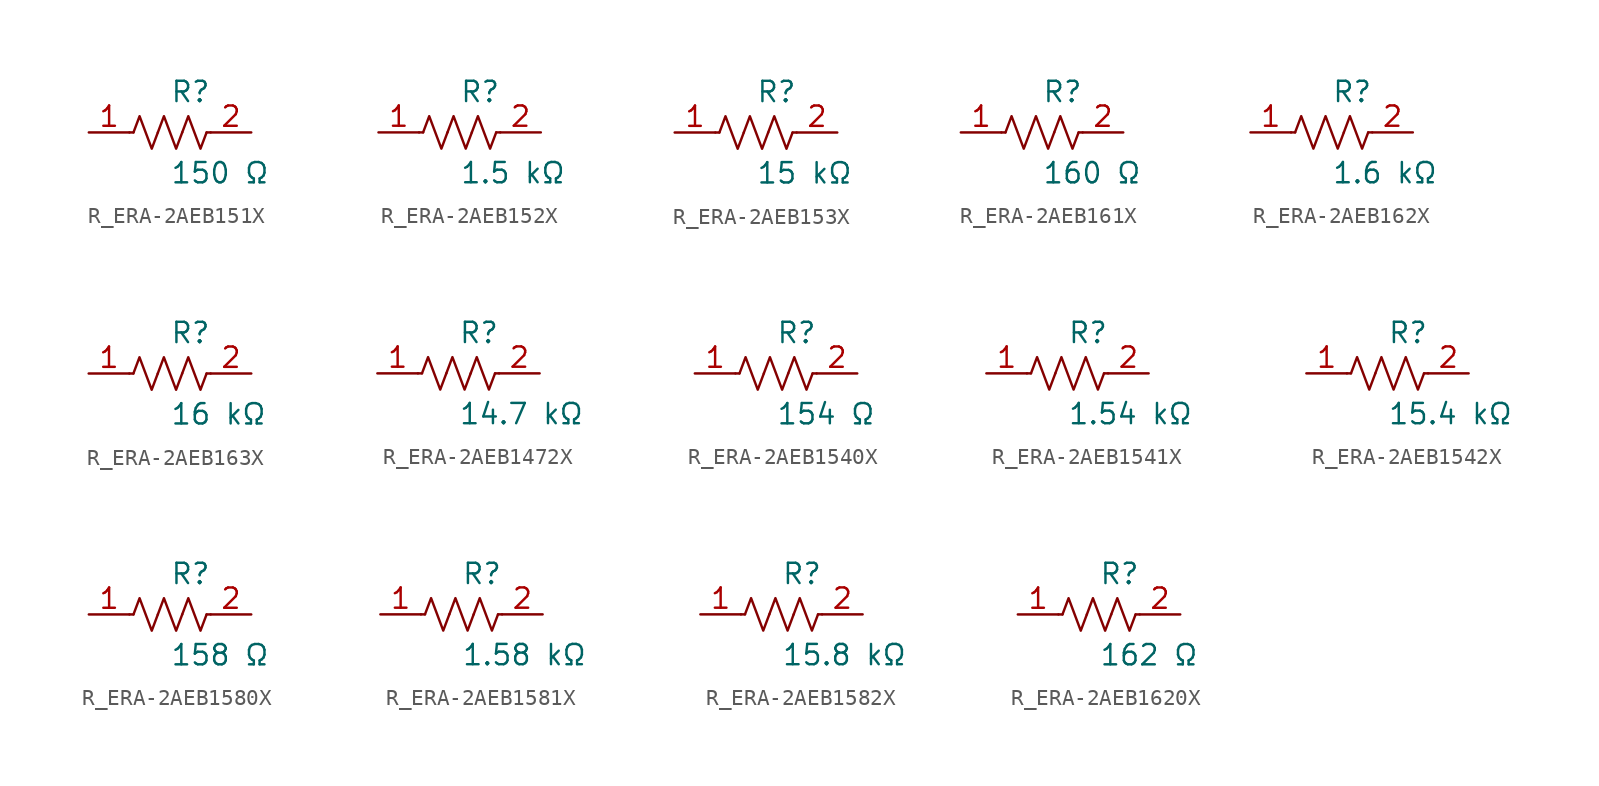
<source format=kicad_sym>
(kicad_symbol_lib
  (version 20231120)
  (generator kicad_symbol_editor)
  (generator_version 8.0)
  (symbol "R_ERA-2AEB151X"
    (pin_names
      (offset 0.254))
    (property "Reference" "R"
      (at 0.0 2.54 0)
      (effects (font (size 1.27 1.27)) (justify left)))
    (property "Value" "150 Ω"
      (at 0.0 -2.54 0)
      (effects (font (size 1.27 1.27)) (justify left)))
    (symbol "R_ERA-2AEB151X_0_1"
      (polyline (pts (xy 2.286 0) (xy 2.54 0)) (stroke (width 0) (type default)) (fill (type none)))
      (polyline (pts (xy -2.286 0) (xy -2.54 0)) (stroke (width 0) (type default)) (fill (type none)))
      (polyline (pts (xy 0.762 0) (xy 1.143 1.016) (xy 1.524 0) (xy 1.905 -1.016) (xy 2.286 0)) (stroke (width 0) (type default)) (fill (type none)))
      (polyline (pts (xy -0.762 0) (xy -0.381 1.016) (xy 0 0) (xy 0.381 -1.016) (xy 0.762 0)) (stroke (width 0) (type default)) (fill (type none)))
      (polyline (pts (xy -2.286 0) (xy -1.905 1.016) (xy -1.524 0) (xy -1.143 -1.016) (xy -0.762 0)) (stroke (width 0) (type default)) (fill (type none))))
    (pin unspecified line
      (at -5.08 0 0)
      (length 2.54)
      (name "" (effects (font (size 1.27 1.27))))
      (number "1" (effects (font (size 1.27 1.27)))))
    (pin unspecified line
      (at 5.08 0 180)
      (length 2.54)
      (name "" (effects (font (size 1.27 1.27))))
      (number "2" (effects (font (size 1.27 1.27))))))
  (symbol "R_ERA-2AEB152X"
    (pin_names
      (offset 0.254))
    (property "Reference" "R"
      (at 0.0 2.54 0)
      (effects (font (size 1.27 1.27)) (justify left)))
    (property "Value" "1.5 kΩ"
      (at 0.0 -2.54 0)
      (effects (font (size 1.27 1.27)) (justify left)))
    (symbol "R_ERA-2AEB152X_0_1"
      (polyline (pts (xy 2.286 0) (xy 2.54 0)) (stroke (width 0) (type default)) (fill (type none)))
      (polyline (pts (xy -2.286 0) (xy -2.54 0)) (stroke (width 0) (type default)) (fill (type none)))
      (polyline (pts (xy 0.762 0) (xy 1.143 1.016) (xy 1.524 0) (xy 1.905 -1.016) (xy 2.286 0)) (stroke (width 0) (type default)) (fill (type none)))
      (polyline (pts (xy -0.762 0) (xy -0.381 1.016) (xy 0 0) (xy 0.381 -1.016) (xy 0.762 0)) (stroke (width 0) (type default)) (fill (type none)))
      (polyline (pts (xy -2.286 0) (xy -1.905 1.016) (xy -1.524 0) (xy -1.143 -1.016) (xy -0.762 0)) (stroke (width 0) (type default)) (fill (type none))))
    (pin unspecified line
      (at -5.08 0 0)
      (length 2.54)
      (name "" (effects (font (size 1.27 1.27))))
      (number "1" (effects (font (size 1.27 1.27)))))
    (pin unspecified line
      (at 5.08 0 180)
      (length 2.54)
      (name "" (effects (font (size 1.27 1.27))))
      (number "2" (effects (font (size 1.27 1.27))))))
  (symbol "R_ERA-2AEB153X"
    (pin_names
      (offset 0.254))
    (property "Reference" "R"
      (at 0.0 2.54 0)
      (effects (font (size 1.27 1.27)) (justify left)))
    (property "Value" "15 kΩ"
      (at 0.0 -2.54 0)
      (effects (font (size 1.27 1.27)) (justify left)))
    (symbol "R_ERA-2AEB153X_0_1"
      (polyline (pts (xy 2.286 0) (xy 2.54 0)) (stroke (width 0) (type default)) (fill (type none)))
      (polyline (pts (xy -2.286 0) (xy -2.54 0)) (stroke (width 0) (type default)) (fill (type none)))
      (polyline (pts (xy 0.762 0) (xy 1.143 1.016) (xy 1.524 0) (xy 1.905 -1.016) (xy 2.286 0)) (stroke (width 0) (type default)) (fill (type none)))
      (polyline (pts (xy -0.762 0) (xy -0.381 1.016) (xy 0 0) (xy 0.381 -1.016) (xy 0.762 0)) (stroke (width 0) (type default)) (fill (type none)))
      (polyline (pts (xy -2.286 0) (xy -1.905 1.016) (xy -1.524 0) (xy -1.143 -1.016) (xy -0.762 0)) (stroke (width 0) (type default)) (fill (type none))))
    (pin unspecified line
      (at -5.08 0 0)
      (length 2.54)
      (name "" (effects (font (size 1.27 1.27))))
      (number "1" (effects (font (size 1.27 1.27)))))
    (pin unspecified line
      (at 5.08 0 180)
      (length 2.54)
      (name "" (effects (font (size 1.27 1.27))))
      (number "2" (effects (font (size 1.27 1.27))))))
  (symbol "R_ERA-2AEB161X"
    (pin_names
      (offset 0.254))
    (property "Reference" "R"
      (at 0.0 2.54 0)
      (effects (font (size 1.27 1.27)) (justify left)))
    (property "Value" "160 Ω"
      (at 0.0 -2.54 0)
      (effects (font (size 1.27 1.27)) (justify left)))
    (symbol "R_ERA-2AEB161X_0_1"
      (polyline (pts (xy 2.286 0) (xy 2.54 0)) (stroke (width 0) (type default)) (fill (type none)))
      (polyline (pts (xy -2.286 0) (xy -2.54 0)) (stroke (width 0) (type default)) (fill (type none)))
      (polyline (pts (xy 0.762 0) (xy 1.143 1.016) (xy 1.524 0) (xy 1.905 -1.016) (xy 2.286 0)) (stroke (width 0) (type default)) (fill (type none)))
      (polyline (pts (xy -0.762 0) (xy -0.381 1.016) (xy 0 0) (xy 0.381 -1.016) (xy 0.762 0)) (stroke (width 0) (type default)) (fill (type none)))
      (polyline (pts (xy -2.286 0) (xy -1.905 1.016) (xy -1.524 0) (xy -1.143 -1.016) (xy -0.762 0)) (stroke (width 0) (type default)) (fill (type none))))
    (pin unspecified line
      (at -5.08 0 0)
      (length 2.54)
      (name "" (effects (font (size 1.27 1.27))))
      (number "1" (effects (font (size 1.27 1.27)))))
    (pin unspecified line
      (at 5.08 0 180)
      (length 2.54)
      (name "" (effects (font (size 1.27 1.27))))
      (number "2" (effects (font (size 1.27 1.27))))))
  (symbol "R_ERA-2AEB162X"
    (pin_names
      (offset 0.254))
    (property "Reference" "R"
      (at 0.0 2.54 0)
      (effects (font (size 1.27 1.27)) (justify left)))
    (property "Value" "1.6 kΩ"
      (at 0.0 -2.54 0)
      (effects (font (size 1.27 1.27)) (justify left)))
    (symbol "R_ERA-2AEB162X_0_1"
      (polyline (pts (xy 2.286 0) (xy 2.54 0)) (stroke (width 0) (type default)) (fill (type none)))
      (polyline (pts (xy -2.286 0) (xy -2.54 0)) (stroke (width 0) (type default)) (fill (type none)))
      (polyline (pts (xy 0.762 0) (xy 1.143 1.016) (xy 1.524 0) (xy 1.905 -1.016) (xy 2.286 0)) (stroke (width 0) (type default)) (fill (type none)))
      (polyline (pts (xy -0.762 0) (xy -0.381 1.016) (xy 0 0) (xy 0.381 -1.016) (xy 0.762 0)) (stroke (width 0) (type default)) (fill (type none)))
      (polyline (pts (xy -2.286 0) (xy -1.905 1.016) (xy -1.524 0) (xy -1.143 -1.016) (xy -0.762 0)) (stroke (width 0) (type default)) (fill (type none))))
    (pin unspecified line
      (at -5.08 0 0)
      (length 2.54)
      (name "" (effects (font (size 1.27 1.27))))
      (number "1" (effects (font (size 1.27 1.27)))))
    (pin unspecified line
      (at 5.08 0 180)
      (length 2.54)
      (name "" (effects (font (size 1.27 1.27))))
      (number "2" (effects (font (size 1.27 1.27))))))
  (symbol "R_ERA-2AEB163X"
    (pin_names
      (offset 0.254))
    (property "Reference" "R"
      (at 0.0 2.54 0)
      (effects (font (size 1.27 1.27)) (justify left)))
    (property "Value" "16 kΩ"
      (at 0.0 -2.54 0)
      (effects (font (size 1.27 1.27)) (justify left)))
    (symbol "R_ERA-2AEB163X_0_1"
      (polyline (pts (xy 2.286 0) (xy 2.54 0)) (stroke (width 0) (type default)) (fill (type none)))
      (polyline (pts (xy -2.286 0) (xy -2.54 0)) (stroke (width 0) (type default)) (fill (type none)))
      (polyline (pts (xy 0.762 0) (xy 1.143 1.016) (xy 1.524 0) (xy 1.905 -1.016) (xy 2.286 0)) (stroke (width 0) (type default)) (fill (type none)))
      (polyline (pts (xy -0.762 0) (xy -0.381 1.016) (xy 0 0) (xy 0.381 -1.016) (xy 0.762 0)) (stroke (width 0) (type default)) (fill (type none)))
      (polyline (pts (xy -2.286 0) (xy -1.905 1.016) (xy -1.524 0) (xy -1.143 -1.016) (xy -0.762 0)) (stroke (width 0) (type default)) (fill (type none))))
    (pin unspecified line
      (at -5.08 0 0)
      (length 2.54)
      (name "" (effects (font (size 1.27 1.27))))
      (number "1" (effects (font (size 1.27 1.27)))))
    (pin unspecified line
      (at 5.08 0 180)
      (length 2.54)
      (name "" (effects (font (size 1.27 1.27))))
      (number "2" (effects (font (size 1.27 1.27))))))
  (symbol "R_ERA-2AEB1472X"
    (pin_names
      (offset 0.254))
    (property "Reference" "R"
      (at 0.0 2.54 0)
      (effects (font (size 1.27 1.27)) (justify left)))
    (property "Value" "14.7 kΩ"
      (at 0.0 -2.54 0)
      (effects (font (size 1.27 1.27)) (justify left)))
    (symbol "R_ERA-2AEB1472X_0_1"
      (polyline (pts (xy 2.286 0) (xy 2.54 0)) (stroke (width 0) (type default)) (fill (type none)))
      (polyline (pts (xy -2.286 0) (xy -2.54 0)) (stroke (width 0) (type default)) (fill (type none)))
      (polyline (pts (xy 0.762 0) (xy 1.143 1.016) (xy 1.524 0) (xy 1.905 -1.016) (xy 2.286 0)) (stroke (width 0) (type default)) (fill (type none)))
      (polyline (pts (xy -0.762 0) (xy -0.381 1.016) (xy 0 0) (xy 0.381 -1.016) (xy 0.762 0)) (stroke (width 0) (type default)) (fill (type none)))
      (polyline (pts (xy -2.286 0) (xy -1.905 1.016) (xy -1.524 0) (xy -1.143 -1.016) (xy -0.762 0)) (stroke (width 0) (type default)) (fill (type none))))
    (pin unspecified line
      (at -5.08 0 0)
      (length 2.54)
      (name "" (effects (font (size 1.27 1.27))))
      (number "1" (effects (font (size 1.27 1.27)))))
    (pin unspecified line
      (at 5.08 0 180)
      (length 2.54)
      (name "" (effects (font (size 1.27 1.27))))
      (number "2" (effects (font (size 1.27 1.27))))))
  (symbol "R_ERA-2AEB1540X"
    (pin_names
      (offset 0.254))
    (property "Reference" "R"
      (at 0.0 2.54 0)
      (effects (font (size 1.27 1.27)) (justify left)))
    (property "Value" "154 Ω"
      (at 0.0 -2.54 0)
      (effects (font (size 1.27 1.27)) (justify left)))
    (symbol "R_ERA-2AEB1540X_0_1"
      (polyline (pts (xy 2.286 0) (xy 2.54 0)) (stroke (width 0) (type default)) (fill (type none)))
      (polyline (pts (xy -2.286 0) (xy -2.54 0)) (stroke (width 0) (type default)) (fill (type none)))
      (polyline (pts (xy 0.762 0) (xy 1.143 1.016) (xy 1.524 0) (xy 1.905 -1.016) (xy 2.286 0)) (stroke (width 0) (type default)) (fill (type none)))
      (polyline (pts (xy -0.762 0) (xy -0.381 1.016) (xy 0 0) (xy 0.381 -1.016) (xy 0.762 0)) (stroke (width 0) (type default)) (fill (type none)))
      (polyline (pts (xy -2.286 0) (xy -1.905 1.016) (xy -1.524 0) (xy -1.143 -1.016) (xy -0.762 0)) (stroke (width 0) (type default)) (fill (type none))))
    (pin unspecified line
      (at -5.08 0 0)
      (length 2.54)
      (name "" (effects (font (size 1.27 1.27))))
      (number "1" (effects (font (size 1.27 1.27)))))
    (pin unspecified line
      (at 5.08 0 180)
      (length 2.54)
      (name "" (effects (font (size 1.27 1.27))))
      (number "2" (effects (font (size 1.27 1.27))))))
  (symbol "R_ERA-2AEB1541X"
    (pin_names
      (offset 0.254))
    (property "Reference" "R"
      (at 0.0 2.54 0)
      (effects (font (size 1.27 1.27)) (justify left)))
    (property "Value" "1.54 kΩ"
      (at 0.0 -2.54 0)
      (effects (font (size 1.27 1.27)) (justify left)))
    (symbol "R_ERA-2AEB1541X_0_1"
      (polyline (pts (xy 2.286 0) (xy 2.54 0)) (stroke (width 0) (type default)) (fill (type none)))
      (polyline (pts (xy -2.286 0) (xy -2.54 0)) (stroke (width 0) (type default)) (fill (type none)))
      (polyline (pts (xy 0.762 0) (xy 1.143 1.016) (xy 1.524 0) (xy 1.905 -1.016) (xy 2.286 0)) (stroke (width 0) (type default)) (fill (type none)))
      (polyline (pts (xy -0.762 0) (xy -0.381 1.016) (xy 0 0) (xy 0.381 -1.016) (xy 0.762 0)) (stroke (width 0) (type default)) (fill (type none)))
      (polyline (pts (xy -2.286 0) (xy -1.905 1.016) (xy -1.524 0) (xy -1.143 -1.016) (xy -0.762 0)) (stroke (width 0) (type default)) (fill (type none))))
    (pin unspecified line
      (at -5.08 0 0)
      (length 2.54)
      (name "" (effects (font (size 1.27 1.27))))
      (number "1" (effects (font (size 1.27 1.27)))))
    (pin unspecified line
      (at 5.08 0 180)
      (length 2.54)
      (name "" (effects (font (size 1.27 1.27))))
      (number "2" (effects (font (size 1.27 1.27))))))
  (symbol "R_ERA-2AEB1542X"
    (pin_names
      (offset 0.254))
    (property "Reference" "R"
      (at 0.0 2.54 0)
      (effects (font (size 1.27 1.27)) (justify left)))
    (property "Value" "15.4 kΩ"
      (at 0.0 -2.54 0)
      (effects (font (size 1.27 1.27)) (justify left)))
    (symbol "R_ERA-2AEB1542X_0_1"
      (polyline (pts (xy 2.286 0) (xy 2.54 0)) (stroke (width 0) (type default)) (fill (type none)))
      (polyline (pts (xy -2.286 0) (xy -2.54 0)) (stroke (width 0) (type default)) (fill (type none)))
      (polyline (pts (xy 0.762 0) (xy 1.143 1.016) (xy 1.524 0) (xy 1.905 -1.016) (xy 2.286 0)) (stroke (width 0) (type default)) (fill (type none)))
      (polyline (pts (xy -0.762 0) (xy -0.381 1.016) (xy 0 0) (xy 0.381 -1.016) (xy 0.762 0)) (stroke (width 0) (type default)) (fill (type none)))
      (polyline (pts (xy -2.286 0) (xy -1.905 1.016) (xy -1.524 0) (xy -1.143 -1.016) (xy -0.762 0)) (stroke (width 0) (type default)) (fill (type none))))
    (pin unspecified line
      (at -5.08 0 0)
      (length 2.54)
      (name "" (effects (font (size 1.27 1.27))))
      (number "1" (effects (font (size 1.27 1.27)))))
    (pin unspecified line
      (at 5.08 0 180)
      (length 2.54)
      (name "" (effects (font (size 1.27 1.27))))
      (number "2" (effects (font (size 1.27 1.27))))))
  (symbol "R_ERA-2AEB1580X"
    (pin_names
      (offset 0.254))
    (property "Reference" "R"
      (at 0.0 2.54 0)
      (effects (font (size 1.27 1.27)) (justify left)))
    (property "Value" "158 Ω"
      (at 0.0 -2.54 0)
      (effects (font (size 1.27 1.27)) (justify left)))
    (symbol "R_ERA-2AEB1580X_0_1"
      (polyline (pts (xy 2.286 0) (xy 2.54 0)) (stroke (width 0) (type default)) (fill (type none)))
      (polyline (pts (xy -2.286 0) (xy -2.54 0)) (stroke (width 0) (type default)) (fill (type none)))
      (polyline (pts (xy 0.762 0) (xy 1.143 1.016) (xy 1.524 0) (xy 1.905 -1.016) (xy 2.286 0)) (stroke (width 0) (type default)) (fill (type none)))
      (polyline (pts (xy -0.762 0) (xy -0.381 1.016) (xy 0 0) (xy 0.381 -1.016) (xy 0.762 0)) (stroke (width 0) (type default)) (fill (type none)))
      (polyline (pts (xy -2.286 0) (xy -1.905 1.016) (xy -1.524 0) (xy -1.143 -1.016) (xy -0.762 0)) (stroke (width 0) (type default)) (fill (type none))))
    (pin unspecified line
      (at -5.08 0 0)
      (length 2.54)
      (name "" (effects (font (size 1.27 1.27))))
      (number "1" (effects (font (size 1.27 1.27)))))
    (pin unspecified line
      (at 5.08 0 180)
      (length 2.54)
      (name "" (effects (font (size 1.27 1.27))))
      (number "2" (effects (font (size 1.27 1.27))))))
  (symbol "R_ERA-2AEB1581X"
    (pin_names
      (offset 0.254))
    (property "Reference" "R"
      (at 0.0 2.54 0)
      (effects (font (size 1.27 1.27)) (justify left)))
    (property "Value" "1.58 kΩ"
      (at 0.0 -2.54 0)
      (effects (font (size 1.27 1.27)) (justify left)))
    (symbol "R_ERA-2AEB1581X_0_1"
      (polyline (pts (xy 2.286 0) (xy 2.54 0)) (stroke (width 0) (type default)) (fill (type none)))
      (polyline (pts (xy -2.286 0) (xy -2.54 0)) (stroke (width 0) (type default)) (fill (type none)))
      (polyline (pts (xy 0.762 0) (xy 1.143 1.016) (xy 1.524 0) (xy 1.905 -1.016) (xy 2.286 0)) (stroke (width 0) (type default)) (fill (type none)))
      (polyline (pts (xy -0.762 0) (xy -0.381 1.016) (xy 0 0) (xy 0.381 -1.016) (xy 0.762 0)) (stroke (width 0) (type default)) (fill (type none)))
      (polyline (pts (xy -2.286 0) (xy -1.905 1.016) (xy -1.524 0) (xy -1.143 -1.016) (xy -0.762 0)) (stroke (width 0) (type default)) (fill (type none))))
    (pin unspecified line
      (at -5.08 0 0)
      (length 2.54)
      (name "" (effects (font (size 1.27 1.27))))
      (number "1" (effects (font (size 1.27 1.27)))))
    (pin unspecified line
      (at 5.08 0 180)
      (length 2.54)
      (name "" (effects (font (size 1.27 1.27))))
      (number "2" (effects (font (size 1.27 1.27))))))
  (symbol "R_ERA-2AEB1582X"
    (pin_names
      (offset 0.254))
    (property "Reference" "R"
      (at 0.0 2.54 0)
      (effects (font (size 1.27 1.27)) (justify left)))
    (property "Value" "15.8 kΩ"
      (at 0.0 -2.54 0)
      (effects (font (size 1.27 1.27)) (justify left)))
    (symbol "R_ERA-2AEB1582X_0_1"
      (polyline (pts (xy 2.286 0) (xy 2.54 0)) (stroke (width 0) (type default)) (fill (type none)))
      (polyline (pts (xy -2.286 0) (xy -2.54 0)) (stroke (width 0) (type default)) (fill (type none)))
      (polyline (pts (xy 0.762 0) (xy 1.143 1.016) (xy 1.524 0) (xy 1.905 -1.016) (xy 2.286 0)) (stroke (width 0) (type default)) (fill (type none)))
      (polyline (pts (xy -0.762 0) (xy -0.381 1.016) (xy 0 0) (xy 0.381 -1.016) (xy 0.762 0)) (stroke (width 0) (type default)) (fill (type none)))
      (polyline (pts (xy -2.286 0) (xy -1.905 1.016) (xy -1.524 0) (xy -1.143 -1.016) (xy -0.762 0)) (stroke (width 0) (type default)) (fill (type none))))
    (pin unspecified line
      (at -5.08 0 0)
      (length 2.54)
      (name "" (effects (font (size 1.27 1.27))))
      (number "1" (effects (font (size 1.27 1.27)))))
    (pin unspecified line
      (at 5.08 0 180)
      (length 2.54)
      (name "" (effects (font (size 1.27 1.27))))
      (number "2" (effects (font (size 1.27 1.27))))))
  (symbol "R_ERA-2AEB1620X"
    (pin_names
      (offset 0.254))
    (property "Reference" "R"
      (at 0.0 2.54 0)
      (effects (font (size 1.27 1.27)) (justify left)))
    (property "Value" "162 Ω"
      (at 0.0 -2.54 0)
      (effects (font (size 1.27 1.27)) (justify left)))
    (symbol "R_ERA-2AEB1620X_0_1"
      (polyline (pts (xy 2.286 0) (xy 2.54 0)) (stroke (width 0) (type default)) (fill (type none)))
      (polyline (pts (xy -2.286 0) (xy -2.54 0)) (stroke (width 0) (type default)) (fill (type none)))
      (polyline (pts (xy 0.762 0) (xy 1.143 1.016) (xy 1.524 0) (xy 1.905 -1.016) (xy 2.286 0)) (stroke (width 0) (type default)) (fill (type none)))
      (polyline (pts (xy -0.762 0) (xy -0.381 1.016) (xy 0 0) (xy 0.381 -1.016) (xy 0.762 0)) (stroke (width 0) (type default)) (fill (type none)))
      (polyline (pts (xy -2.286 0) (xy -1.905 1.016) (xy -1.524 0) (xy -1.143 -1.016) (xy -0.762 0)) (stroke (width 0) (type default)) (fill (type none))))
    (pin unspecified line
      (at -5.08 0 0)
      (length 2.54)
      (name "" (effects (font (size 1.27 1.27))))
      (number "1" (effects (font (size 1.27 1.27)))))
    (pin unspecified line
      (at 5.08 0 180)
      (length 2.54)
      (name "" (effects (font (size 1.27 1.27))))
      (number "2" (effects (font (size 1.27 1.27)))))))
</source>
